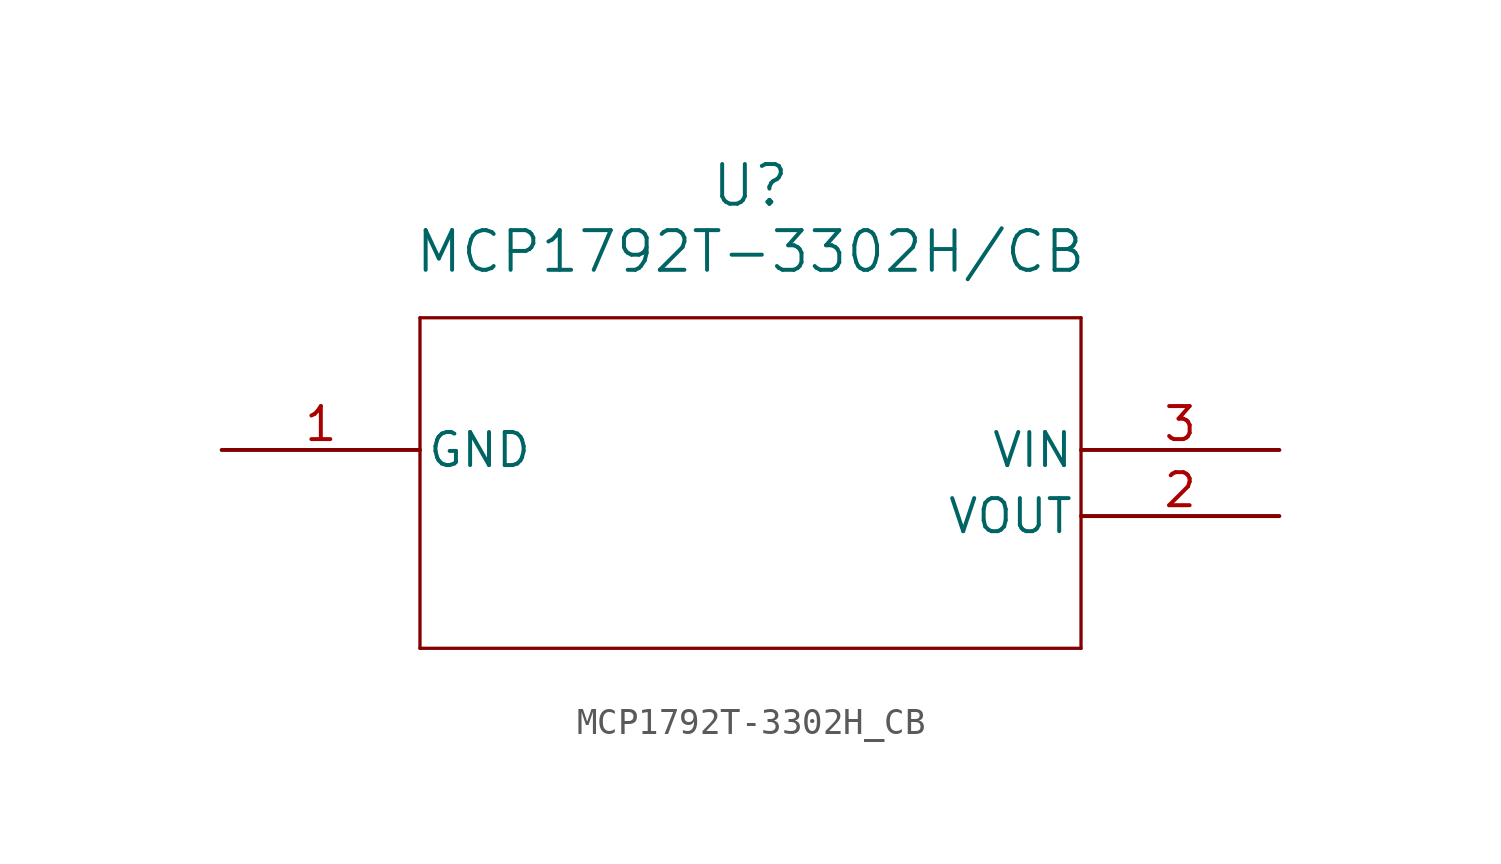
<source format=kicad_sym>
(kicad_symbol_lib
  (version 20211014)
  (generator kicad_symbol_editor)
  (symbol "MCP1792T-3302H_CB"
    (pin_names
      (offset 0.254))
    (property "Reference" "U"
      (at 20.32 10.16 0)
      (effects (font (size 1.524 1.524))))
    (property "Value" "MCP1792T-3302H/CB"
      (at 20.32 7.62 0)
      (effects (font (size 1.524 1.524))))
    (symbol "MCP1792T-3302H_CB_0_1"
      (polyline (pts (xy 7.62 5.08) (xy 7.62 -7.62)) (stroke (width 0.127) (type default) (color 0 0 0 0)) (fill (type none)))
      (polyline (pts (xy 7.62 -7.62) (xy 33.02 -7.62)) (stroke (width 0.127) (type default) (color 0 0 0 0)) (fill (type none)))
      (polyline (pts (xy 33.02 -7.62) (xy 33.02 5.08)) (stroke (width 0.127) (type default) (color 0 0 0 0)) (fill (type none)))
      (polyline (pts (xy 33.02 5.08) (xy 7.62 5.08)) (stroke (width 0.127) (type default) (color 0 0 0 0)) (fill (type none)))
      (pin power_out line (at 0 0 0) (length 7.62) (name "GND" (effects (font (size 1.27 1.27)))) (number "1" (effects (font (size 1.27 1.27)))))
      (pin output line (at 40.64 -2.54 180) (length 7.62) (name "VOUT" (effects (font (size 1.27 1.27)))) (number "2" (effects (font (size 1.27 1.27)))))
      (pin power_in line (at 40.64 0 180) (length 7.62) (name "VIN" (effects (font (size 1.27 1.27)))) (number "3" (effects (font (size 1.27 1.27))))))))
</source>
